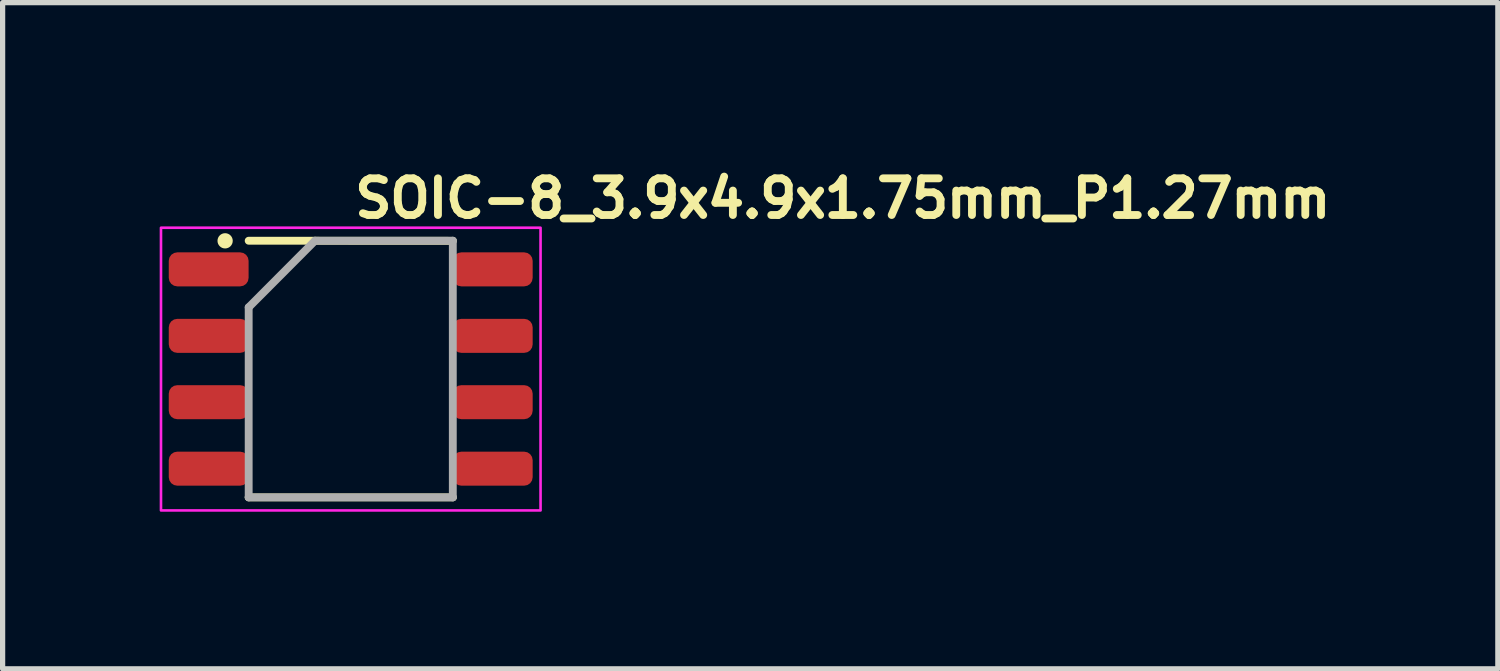
<source format=kicad_pcb>
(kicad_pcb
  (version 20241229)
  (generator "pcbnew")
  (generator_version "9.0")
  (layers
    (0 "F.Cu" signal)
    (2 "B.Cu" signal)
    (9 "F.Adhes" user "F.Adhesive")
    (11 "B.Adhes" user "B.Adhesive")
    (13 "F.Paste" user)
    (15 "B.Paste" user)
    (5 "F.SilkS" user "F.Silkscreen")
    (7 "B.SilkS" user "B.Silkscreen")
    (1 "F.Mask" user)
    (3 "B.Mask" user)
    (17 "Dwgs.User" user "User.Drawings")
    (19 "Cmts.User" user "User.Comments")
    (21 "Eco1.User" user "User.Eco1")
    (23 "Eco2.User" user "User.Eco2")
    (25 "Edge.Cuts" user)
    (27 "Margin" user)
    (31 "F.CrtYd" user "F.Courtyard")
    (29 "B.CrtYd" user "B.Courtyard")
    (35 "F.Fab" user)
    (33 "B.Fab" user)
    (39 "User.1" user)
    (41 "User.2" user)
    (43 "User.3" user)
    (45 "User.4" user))
  (footprint "SOIC-8_3.9x4.9x1.75mm_P1.27mm"
    (layer "F.Cu")
    (at 3.65 4)
    (property "Reference" "SOIC-8_3.9x4.9x1.75mm_P1.27mm" (at 0 -2.85 0) (layer "F.SilkS") (effects (font (size 0.7 0.7) (thickness 0.15)) (justify left bottom)))
    (attr smd)
    (fp_line (start -1.95 -2.452) (end 1.95 -2.45) (stroke (width 0.15) (type solid)) (layer "F.SilkS"))
    (fp_line (start -1.95 2.45) (end 1.95 2.45) (stroke (width 0.15) (type solid)) (layer "F.SilkS"))
    (fp_circle (center -2.4 -2.45) (end -2.35 -2.4) (stroke (width 0.15) (type solid)) (fill yes) (layer "F.SilkS"))
    (fp_rect (start -3.625 -2.7) (end 3.625 2.7) (stroke (width 0.05) (type solid)) (fill no) (layer "F.CrtYd"))
    (fp_line (start -1.95 -1.18) (end -0.683 -2.452) (stroke (width 0.15) (type solid)) (layer "F.Fab"))
    (fp_line (start -1.95 2.45) (end -1.95 -1.18) (stroke (width 0.15) (type solid)) (layer "F.Fab"))
    (fp_line (start -0.683 -2.452) (end 1.949 -2.452) (stroke (width 0.15) (type solid)) (layer "F.Fab"))
    (fp_line (start 1.949 -2.452) (end 1.949 2.45) (stroke (width 0.15) (type solid)) (layer "F.Fab"))
    (fp_line (start 1.949 2.45) (end -1.95 2.45) (stroke (width 0.15) (type solid)) (layer "F.Fab"))
    (fp_rect (start -3 -2.452) (end 2.999 2.45) (stroke (width 0.1) (type solid)) (fill no) (layer "User.5"))
    (fp_line (start -3 -2.11) (end -2.753 -2.11) (stroke (width 0.02) (type solid)) (layer "User.9"))
    (fp_line (start -3 -1.7) (end -3 -2.11) (stroke (width 0.02) (type solid)) (layer "User.9"))
    (fp_line (start -3 -1.7) (end -2.753 -1.7) (stroke (width 0.02) (type solid)) (layer "User.9"))
    (fp_line (start -3 -0.84) (end -2.753 -0.84) (stroke (width 0.02) (type solid)) (layer "User.9"))
    (fp_line (start -3 -0.43) (end -3 -0.84) (stroke (width 0.02) (type solid)) (layer "User.9"))
    (fp_line (start -3 -0.43) (end -2.753 -0.43) (stroke (width 0.02) (type solid)) (layer "User.9"))
    (fp_line (start -3 0.428) (end -2.753 0.428) (stroke (width 0.02) (type solid)) (layer "User.9"))
    (fp_line (start -3 0.838) (end -3 0.428) (stroke (width 0.02) (type solid)) (layer "User.9"))
    (fp_line (start -3 0.838) (end -2.753 0.838) (stroke (width 0.02) (type solid)) (layer "User.9"))
    (fp_line (start -3 1.699) (end -2.753 1.699) (stroke (width 0.02) (type solid)) (layer "User.9"))
    (fp_line (start -3 2.108) (end -3 1.699) (stroke (width 0.02) (type solid)) (layer "User.9"))
    (fp_line (start -3 2.108) (end -2.753 2.108) (stroke (width 0.02) (type solid)) (layer "User.9"))
    (fp_line (start -2.753 -2.11) (end -2.672 -2.11) (stroke (width 0.02) (type solid)) (layer "User.9"))
    (fp_line (start -2.753 -1.7) (end -2.672 -1.7) (stroke (width 0.02) (type solid)) (layer "User.9"))
    (fp_line (start -2.753 -0.84) (end -2.672 -0.84) (stroke (width 0.02) (type solid)) (layer "User.9"))
    (fp_line (start -2.753 -0.43) (end -2.672 -0.43) (stroke (width 0.02) (type solid)) (layer "User.9"))
    (fp_line (start -2.753 0.428) (end -2.672 0.428) (stroke (width 0.02) (type solid)) (layer "User.9"))
    (fp_line (start -2.753 0.838) (end -2.672 0.838) (stroke (width 0.02) (type solid)) (layer "User.9"))
    (fp_line (start -2.753 1.699) (end -2.672 1.699) (stroke (width 0.02) (type solid)) (layer "User.9"))
    (fp_line (start -2.753 2.108) (end -2.672 2.108) (stroke (width 0.02) (type solid)) (layer "User.9"))
    (fp_line (start -2.672 -2.11) (end -2.145 -2.11) (stroke (width 0.02) (type solid)) (layer "User.9"))
    (fp_line (start -2.672 -1.7) (end -2.145 -1.7) (stroke (width 0.02) (type solid)) (layer "User.9"))
    (fp_line (start -2.672 -0.84) (end -2.145 -0.84) (stroke (width 0.02) (type solid)) (layer "User.9"))
    (fp_line (start -2.672 -0.43) (end -2.145 -0.43) (stroke (width 0.02) (type solid)) (layer "User.9"))
    (fp_line (start -2.672 0.428) (end -2.145 0.428) (stroke (width 0.02) (type solid)) (layer "User.9"))
    (fp_line (start -2.672 0.838) (end -2.145 0.838) (stroke (width 0.02) (type solid)) (layer "User.9"))
    (fp_line (start -2.672 1.699) (end -2.145 1.699) (stroke (width 0.02) (type solid)) (layer "User.9"))
    (fp_line (start -2.672 2.108) (end -2.145 2.108) (stroke (width 0.02) (type solid)) (layer "User.9"))
    (fp_line (start -2.145 -2.11) (end -2.064 -2.11) (stroke (width 0.02) (type solid)) (layer "User.9"))
    (fp_line (start -2.145 -1.7) (end -2.064 -1.7) (stroke (width 0.02) (type solid)) (layer "User.9"))
    (fp_line (start -2.145 -0.84) (end -2.064 -0.84) (stroke (width 0.02) (type solid)) (layer "User.9"))
    (fp_line (start -2.145 -0.43) (end -2.064 -0.43) (stroke (width 0.02) (type solid)) (layer "User.9"))
    (fp_line (start -2.145 0.428) (end -2.064 0.428) (stroke (width 0.02) (type solid)) (layer "User.9"))
    (fp_line (start -2.145 0.838) (end -2.064 0.838) (stroke (width 0.02) (type solid)) (layer "User.9"))
    (fp_line (start -2.145 1.699) (end -2.064 1.699) (stroke (width 0.02) (type solid)) (layer "User.9"))
    (fp_line (start -2.145 2.108) (end -2.064 2.108) (stroke (width 0.02) (type solid)) (layer "User.9"))
    (fp_line (start -2.064 -2.11) (end -1.95 -2.11) (stroke (width 0.02) (type solid)) (layer "User.9"))
    (fp_line (start -2.064 -1.7) (end -1.95 -1.7) (stroke (width 0.02) (type solid)) (layer "User.9"))
    (fp_line (start -2.064 -0.84) (end -1.95 -0.84) (stroke (width 0.02) (type solid)) (layer "User.9"))
    (fp_line (start -2.064 -0.43) (end -1.95 -0.43) (stroke (width 0.02) (type solid)) (layer "User.9"))
    (fp_line (start -2.064 0.428) (end -1.95 0.428) (stroke (width 0.02) (type solid)) (layer "User.9"))
    (fp_line (start -2.064 0.838) (end -1.95 0.838) (stroke (width 0.02) (type solid)) (layer "User.9"))
    (fp_line (start -2.064 1.699) (end -1.95 1.699) (stroke (width 0.02) (type solid)) (layer "User.9"))
    (fp_line (start -2.064 2.108) (end -1.95 2.108) (stroke (width 0.02) (type solid)) (layer "User.9"))
    (fp_line (start -1.95 -2.452) (end 1.949 -2.452) (stroke (width 0.02) (type solid)) (layer "User.9"))
    (fp_line (start -1.95 -1.7) (end -1.95 -2.11) (stroke (width 0.02) (type solid)) (layer "User.9"))
    (fp_line (start -1.95 -0.43) (end -1.95 -0.84) (stroke (width 0.02) (type solid)) (layer "User.9"))
    (fp_line (start -1.95 0.838) (end -1.95 0.428) (stroke (width 0.02) (type solid)) (layer "User.9"))
    (fp_line (start -1.95 2.108) (end -1.95 1.699) (stroke (width 0.02) (type solid)) (layer "User.9"))
    (fp_line (start -1.95 2.45) (end -1.95 -2.452) (stroke (width 0.02) (type solid)) (layer "User.9"))
    (fp_line (start -1.95 2.45) (end 1.949 2.45) (stroke (width 0.02) (type solid)) (layer "User.9"))
    (fp_line (start -1.559 -1.841) (end -1.559 -1.829) (stroke (width 0.02) (type solid)) (layer "User.9"))
    (fp_line (start -1.559 -1.829) (end -1.559 -1.815) (stroke (width 0.02) (type solid)) (layer "User.9"))
    (fp_line (start -1.559 -1.815) (end -1.559 -1.815) (stroke (width 0.02) (type solid)) (layer "User.9"))
    (fp_line (start -1.559 -1.815) (end -1.559 -1.803) (stroke (width 0.02) (type solid)) (layer "User.9"))
    (fp_line (start -1.559 -1.803) (end -1.559 -1.792) (stroke (width 0.02) (type solid)) (layer "User.9"))
    (fp_line (start -1.559 -1.792) (end -1.557 -1.778) (stroke (width 0.02) (type solid)) (layer "User.9"))
    (fp_line (start -1.557 -1.853) (end -1.559 -1.841) (stroke (width 0.02) (type solid)) (layer "User.9"))
    (fp_line (start -1.557 -1.778) (end -1.555 -1.766) (stroke (width 0.02) (type solid)) (layer "User.9"))
    (fp_line (start -1.555 -1.865) (end -1.557 -1.853) (stroke (width 0.02) (type solid)) (layer "User.9"))
    (fp_line (start -1.555 -1.766) (end -1.553 -1.756) (stroke (width 0.02) (type solid)) (layer "User.9"))
    (fp_line (start -1.553 -1.877) (end -1.555 -1.865) (stroke (width 0.02) (type solid)) (layer "User.9"))
    (fp_line (start -1.553 -1.756) (end -1.549 -1.744) (stroke (width 0.02) (type solid)) (layer "User.9"))
    (fp_line (start -1.549 -1.889) (end -1.553 -1.877) (stroke (width 0.02) (type solid)) (layer "User.9"))
    (fp_line (start -1.549 -1.744) (end -1.545 -1.732) (stroke (width 0.02) (type solid)) (layer "User.9"))
    (fp_line (start -1.545 -1.899) (end -1.549 -1.889) (stroke (width 0.02) (type solid)) (layer "User.9"))
    (fp_line (start -1.545 -1.732) (end -1.541 -1.722) (stroke (width 0.02) (type solid)) (layer "User.9"))
    (fp_line (start -1.541 -1.911) (end -1.545 -1.899) (stroke (width 0.02) (type solid)) (layer "User.9"))
    (fp_line (start -1.541 -1.722) (end -1.536 -1.71) (stroke (width 0.02) (type solid)) (layer "User.9"))
    (fp_line (start -1.536 -1.922) (end -1.541 -1.911) (stroke (width 0.02) (type solid)) (layer "User.9"))
    (fp_line (start -1.536 -1.71) (end -1.53 -1.7) (stroke (width 0.02) (type solid)) (layer "User.9"))
    (fp_line (start -1.53 -1.932) (end -1.536 -1.922) (stroke (width 0.02) (type solid)) (layer "User.9"))
    (fp_line (start -1.53 -1.7) (end -1.524 -1.69) (stroke (width 0.02) (type solid)) (layer "User.9"))
    (fp_line (start -1.524 -1.942) (end -1.53 -1.932) (stroke (width 0.02) (type solid)) (layer "User.9"))
    (fp_line (start -1.524 -1.69) (end -1.518 -1.68) (stroke (width 0.02) (type solid)) (layer "User.9"))
    (fp_line (start -1.518 -1.952) (end -1.524 -1.942) (stroke (width 0.02) (type solid)) (layer "User.9"))
    (fp_line (start -1.518 -1.68) (end -1.512 -1.67) (stroke (width 0.02) (type solid)) (layer "User.9"))
    (fp_line (start -1.512 -1.962) (end -1.518 -1.952) (stroke (width 0.02) (type solid)) (layer "User.9"))
    (fp_line (start -1.512 -1.67) (end -1.504 -1.661) (stroke (width 0.02) (type solid)) (layer "User.9"))
    (fp_line (start -1.504 -1.972) (end -1.512 -1.962) (stroke (width 0.02) (type solid)) (layer "User.9"))
    (fp_line (start -1.504 -1.661) (end -1.496 -1.653) (stroke (width 0.02) (type solid)) (layer "User.9"))
    (fp_line (start -1.496 -1.98) (end -1.504 -1.972) (stroke (width 0.02) (type solid)) (layer "User.9"))
    (fp_line (start -1.496 -1.653) (end -1.488 -1.643) (stroke (width 0.02) (type solid)) (layer "User.9"))
    (fp_line (start -1.488 -1.988) (end -1.496 -1.98) (stroke (width 0.02) (type solid)) (layer "User.9"))
    (fp_line (start -1.488 -1.643) (end -1.48 -1.635) (stroke (width 0.02) (type solid)) (layer "User.9"))
    (fp_line (start -1.48 -1.996) (end -1.488 -1.988) (stroke (width 0.02) (type solid)) (layer "User.9"))
    (fp_line (start -1.48 -1.635) (end -1.472 -1.627) (stroke (width 0.02) (type solid)) (layer "User.9"))
    (fp_line (start -1.472 -2.004) (end -1.48 -1.996) (stroke (width 0.02) (type solid)) (layer "User.9"))
    (fp_line (start -1.472 -1.627) (end -1.462 -1.621) (stroke (width 0.02) (type solid)) (layer "User.9"))
    (fp_line (start -1.462 -2.012) (end -1.472 -2.004) (stroke (width 0.02) (type solid)) (layer "User.9"))
    (fp_line (start -1.462 -1.621) (end -1.452 -1.613) (stroke (width 0.02) (type solid)) (layer "User.9"))
    (fp_line (start -1.452 -2.019) (end -1.462 -2.012) (stroke (width 0.02) (type solid)) (layer "User.9"))
    (fp_line (start -1.452 -1.613) (end -1.442 -1.607) (stroke (width 0.02) (type solid)) (layer "User.9"))
    (fp_line (start -1.442 -2.024) (end -1.452 -2.019) (stroke (width 0.02) (type solid)) (layer "User.9"))
    (fp_line (start -1.442 -1.607) (end -1.432 -1.601) (stroke (width 0.02) (type solid)) (layer "User.9"))
    (fp_line (start -1.432 -2.031) (end -1.442 -2.024) (stroke (width 0.02) (type solid)) (layer "User.9"))
    (fp_line (start -1.432 -1.601) (end -1.422 -1.597) (stroke (width 0.02) (type solid)) (layer "User.9"))
    (fp_line (start -1.422 -2.036) (end -1.432 -2.031) (stroke (width 0.02) (type solid)) (layer "User.9"))
    (fp_line (start -1.422 -1.597) (end -1.41 -1.591) (stroke (width 0.02) (type solid)) (layer "User.9"))
    (fp_line (start -1.41 -2.04) (end -1.422 -2.036) (stroke (width 0.02) (type solid)) (layer "User.9"))
    (fp_line (start -1.41 -1.591) (end -1.399 -1.587) (stroke (width 0.02) (type solid)) (layer "User.9"))
    (fp_line (start -1.399 -2.044) (end -1.41 -2.04) (stroke (width 0.02) (type solid)) (layer "User.9"))
    (fp_line (start -1.399 -1.587) (end -1.389 -1.583) (stroke (width 0.02) (type solid)) (layer "User.9"))
    (fp_line (start -1.389 -2.048) (end -1.399 -2.044) (stroke (width 0.02) (type solid)) (layer "User.9"))
    (fp_line (start -1.389 -1.583) (end -1.377 -1.579) (stroke (width 0.02) (type solid)) (layer "User.9"))
    (fp_line (start -1.377 -2.053) (end -1.389 -2.048) (stroke (width 0.02) (type solid)) (layer "User.9"))
    (fp_line (start -1.377 -1.579) (end -1.365 -1.577) (stroke (width 0.02) (type solid)) (layer "User.9"))
    (fp_line (start -1.365 -2.054) (end -1.377 -2.053) (stroke (width 0.02) (type solid)) (layer "User.9"))
    (fp_line (start -1.365 -1.577) (end -1.353 -1.575) (stroke (width 0.02) (type solid)) (layer "User.9"))
    (fp_line (start -1.353 -2.057) (end -1.365 -2.054) (stroke (width 0.02) (type solid)) (layer "User.9"))
    (fp_line (start -1.353 -1.575) (end -1.341 -1.573) (stroke (width 0.02) (type solid)) (layer "User.9"))
    (fp_line (start -1.341 -2.058) (end -1.353 -2.057) (stroke (width 0.02) (type solid)) (layer "User.9"))
    (fp_line (start -1.341 -1.573) (end -1.329 -1.573) (stroke (width 0.02) (type solid)) (layer "User.9"))
    (fp_line (start -1.329 -2.06) (end -1.341 -2.058) (stroke (width 0.02) (type solid)) (layer "User.9"))
    (fp_line (start -1.329 -1.573) (end -1.315 -1.573) (stroke (width 0.02) (type solid)) (layer "User.9"))
    (fp_line (start -1.315 -2.06) (end -1.329 -2.06) (stroke (width 0.02) (type solid)) (layer "User.9"))
    (fp_line (start -1.315 -2.06) (end -1.315 -2.06) (stroke (width 0.02) (type solid)) (layer "User.9"))
    (fp_line (start -1.315 -1.573) (end -1.315 -1.573) (stroke (width 0.02) (type solid)) (layer "User.9"))
    (fp_line (start -1.315 -1.573) (end -1.303 -1.573) (stroke (width 0.02) (type solid)) (layer "User.9"))
    (fp_line (start -1.303 -2.06) (end -1.315 -2.06) (stroke (width 0.02) (type solid)) (layer "User.9"))
    (fp_line (start -1.303 -1.573) (end -1.291 -1.573) (stroke (width 0.02) (type solid)) (layer "User.9"))
    (fp_line (start -1.291 -2.058) (end -1.303 -2.06) (stroke (width 0.02) (type solid)) (layer "User.9"))
    (fp_line (start -1.291 -1.573) (end -1.278 -1.575) (stroke (width 0.02) (type solid)) (layer "User.9"))
    (fp_line (start -1.278 -2.057) (end -1.291 -2.058) (stroke (width 0.02) (type solid)) (layer "User.9"))
    (fp_line (start -1.278 -1.575) (end -1.266 -1.577) (stroke (width 0.02) (type solid)) (layer "User.9"))
    (fp_line (start -1.266 -2.054) (end -1.278 -2.057) (stroke (width 0.02) (type solid)) (layer "User.9"))
    (fp_line (start -1.266 -1.577) (end -1.256 -1.579) (stroke (width 0.02) (type solid)) (layer "User.9"))
    (fp_line (start -1.256 -2.053) (end -1.266 -2.054) (stroke (width 0.02) (type solid)) (layer "User.9"))
    (fp_line (start -1.256 -1.579) (end -1.244 -1.583) (stroke (width 0.02) (type solid)) (layer "User.9"))
    (fp_line (start -1.244 -2.048) (end -1.256 -2.053) (stroke (width 0.02) (type solid)) (layer "User.9"))
    (fp_line (start -1.244 -1.583) (end -1.232 -1.587) (stroke (width 0.02) (type solid)) (layer "User.9"))
    (fp_line (start -1.232 -2.044) (end -1.244 -2.048) (stroke (width 0.02) (type solid)) (layer "User.9"))
    (fp_line (start -1.232 -1.587) (end -1.222 -1.591) (stroke (width 0.02) (type solid)) (layer "User.9"))
    (fp_line (start -1.222 -2.04) (end -1.232 -2.044) (stroke (width 0.02) (type solid)) (layer "User.9"))
    (fp_line (start -1.222 -1.591) (end -1.21 -1.597) (stroke (width 0.02) (type solid)) (layer "User.9"))
    (fp_line (start -1.21 -2.036) (end -1.222 -2.04) (stroke (width 0.02) (type solid)) (layer "User.9"))
    (fp_line (start -1.21 -1.597) (end -1.2 -1.601) (stroke (width 0.02) (type solid)) (layer "User.9"))
    (fp_line (start -1.2 -2.031) (end -1.21 -2.036) (stroke (width 0.02) (type solid)) (layer "User.9"))
    (fp_line (start -1.2 -1.601) (end -1.19 -1.607) (stroke (width 0.02) (type solid)) (layer "User.9"))
    (fp_line (start -1.19 -2.024) (end -1.2 -2.031) (stroke (width 0.02) (type solid)) (layer "User.9"))
    (fp_line (start -1.19 -1.607) (end -1.18 -1.613) (stroke (width 0.02) (type solid)) (layer "User.9"))
    (fp_line (start -1.18 -2.019) (end -1.19 -2.024) (stroke (width 0.02) (type solid)) (layer "User.9"))
    (fp_line (start -1.18 -1.613) (end -1.17 -1.621) (stroke (width 0.02) (type solid)) (layer "User.9"))
    (fp_line (start -1.17 -2.012) (end -1.18 -2.019) (stroke (width 0.02) (type solid)) (layer "User.9"))
    (fp_line (start -1.17 -1.621) (end -1.16 -1.627) (stroke (width 0.02) (type solid)) (layer "User.9"))
    (fp_line (start -1.16 -2.004) (end -1.17 -2.012) (stroke (width 0.02) (type solid)) (layer "User.9"))
    (fp_line (start -1.16 -1.627) (end -1.153 -1.635) (stroke (width 0.02) (type solid)) (layer "User.9"))
    (fp_line (start -1.153 -1.996) (end -1.16 -2.004) (stroke (width 0.02) (type solid)) (layer "User.9"))
    (fp_line (start -1.153 -1.635) (end -1.143 -1.643) (stroke (width 0.02) (type solid)) (layer "User.9"))
    (fp_line (start -1.143 -1.988) (end -1.153 -1.996) (stroke (width 0.02) (type solid)) (layer "User.9"))
    (fp_line (start -1.143 -1.643) (end -1.135 -1.653) (stroke (width 0.02) (type solid)) (layer "User.9"))
    (fp_line (start -1.135 -1.98) (end -1.143 -1.988) (stroke (width 0.02) (type solid)) (layer "User.9"))
    (fp_line (start -1.135 -1.653) (end -1.127 -1.661) (stroke (width 0.02) (type solid)) (layer "User.9"))
    (fp_line (start -1.127 -1.972) (end -1.135 -1.98) (stroke (width 0.02) (type solid)) (layer "User.9"))
    (fp_line (start -1.127 -1.661) (end -1.121 -1.67) (stroke (width 0.02) (type solid)) (layer "User.9"))
    (fp_line (start -1.121 -1.962) (end -1.127 -1.972) (stroke (width 0.02) (type solid)) (layer "User.9"))
    (fp_line (start -1.121 -1.67) (end -1.113 -1.68) (stroke (width 0.02) (type solid)) (layer "User.9"))
    (fp_line (start -1.113 -1.952) (end -1.121 -1.962) (stroke (width 0.02) (type solid)) (layer "User.9"))
    (fp_line (start -1.113 -1.68) (end -1.107 -1.69) (stroke (width 0.02) (type solid)) (layer "User.9"))
    (fp_line (start -1.107 -1.942) (end -1.113 -1.952) (stroke (width 0.02) (type solid)) (layer "User.9"))
    (fp_line (start -1.107 -1.69) (end -1.101 -1.7) (stroke (width 0.02) (type solid)) (layer "User.9"))
    (fp_line (start -1.101 -1.932) (end -1.107 -1.942) (stroke (width 0.02) (type solid)) (layer "User.9"))
    (fp_line (start -1.101 -1.7) (end -1.097 -1.71) (stroke (width 0.02) (type solid)) (layer "User.9"))
    (fp_line (start -1.097 -1.922) (end -1.101 -1.932) (stroke (width 0.02) (type solid)) (layer "User.9"))
    (fp_line (start -1.097 -1.71) (end -1.091 -1.722) (stroke (width 0.02) (type solid)) (layer "User.9"))
    (fp_line (start -1.091 -1.911) (end -1.097 -1.922) (stroke (width 0.02) (type solid)) (layer "User.9"))
    (fp_line (start -1.091 -1.722) (end -1.087 -1.732) (stroke (width 0.02) (type solid)) (layer "User.9"))
    (fp_line (start -1.087 -1.899) (end -1.091 -1.911) (stroke (width 0.02) (type solid)) (layer "User.9"))
    (fp_line (start -1.087 -1.732) (end -1.083 -1.744) (stroke (width 0.02) (type solid)) (layer "User.9"))
    (fp_line (start -1.083 -1.889) (end -1.087 -1.899) (stroke (width 0.02) (type solid)) (layer "User.9"))
    (fp_line (start -1.083 -1.744) (end -1.079 -1.756) (stroke (width 0.02) (type solid)) (layer "User.9"))
    (fp_line (start -1.079 -1.877) (end -1.083 -1.889) (stroke (width 0.02) (type solid)) (layer "User.9"))
    (fp_line (start -1.079 -1.756) (end -1.077 -1.766) (stroke (width 0.02) (type solid)) (layer "User.9"))
    (fp_line (start -1.077 -1.865) (end -1.079 -1.877) (stroke (width 0.02) (type solid)) (layer "User.9"))
    (fp_line (start -1.077 -1.766) (end -1.075 -1.778) (stroke (width 0.02) (type solid)) (layer "User.9"))
    (fp_line (start -1.075 -1.853) (end -1.077 -1.865) (stroke (width 0.02) (type solid)) (layer "User.9"))
    (fp_line (start -1.075 -1.778) (end -1.073 -1.792) (stroke (width 0.02) (type solid)) (layer "User.9"))
    (fp_line (start -1.073 -1.841) (end -1.075 -1.853) (stroke (width 0.02) (type solid)) (layer "User.9"))
    (fp_line (start -1.073 -1.829) (end -1.073 -1.841) (stroke (width 0.02) (type solid)) (layer "User.9"))
    (fp_line (start -1.073 -1.815) (end -1.073 -1.829) (stroke (width 0.02) (type solid)) (layer "User.9"))
    (fp_line (start -1.073 -1.815) (end -1.073 -1.815) (stroke (width 0.02) (type solid)) (layer "User.9"))
    (fp_line (start -1.073 -1.815) (end -1.073 -1.815) (stroke (width 0.02) (type solid)) (layer "User.9"))
    (fp_line (start -1.073 -1.803) (end -1.073 -1.815) (stroke (width 0.02) (type solid)) (layer "User.9"))
    (fp_line (start -1.073 -1.792) (end -1.073 -1.803) (stroke (width 0.02) (type solid)) (layer "User.9"))
    (fp_line (start 1.949 -2.11) (end 2.061 -2.11) (stroke (width 0.02) (type solid)) (layer "User.9"))
    (fp_line (start 1.949 -1.7) (end 1.949 -2.11) (stroke (width 0.02) (type solid)) (layer "User.9"))
    (fp_line (start 1.949 -1.7) (end 2.061 -1.7) (stroke (width 0.02) (type solid)) (layer "User.9"))
    (fp_line (start 1.949 -0.84) (end 2.061 -0.84) (stroke (width 0.02) (type solid)) (layer "User.9"))
    (fp_line (start 1.949 -0.43) (end 1.949 -0.84) (stroke (width 0.02) (type solid)) (layer "User.9"))
    (fp_line (start 1.949 -0.43) (end 2.061 -0.43) (stroke (width 0.02) (type solid)) (layer "User.9"))
    (fp_line (start 1.949 0.428) (end 2.061 0.428) (stroke (width 0.02) (type solid)) (layer "User.9"))
    (fp_line (start 1.949 0.838) (end 1.949 0.428) (stroke (width 0.02) (type solid)) (layer "User.9"))
    (fp_line (start 1.949 0.838) (end 2.061 0.838) (stroke (width 0.02) (type solid)) (layer "User.9"))
    (fp_line (start 1.949 1.699) (end 2.061 1.699) (stroke (width 0.02) (type solid)) (layer "User.9"))
    (fp_line (start 1.949 2.108) (end 1.949 1.699) (stroke (width 0.02) (type solid)) (layer "User.9"))
    (fp_line (start 1.949 2.108) (end 2.061 2.108) (stroke (width 0.02) (type solid)) (layer "User.9"))
    (fp_line (start 1.949 2.45) (end 1.949 -2.452) (stroke (width 0.02) (type solid)) (layer "User.9"))
    (fp_line (start 2.143 -2.11) (end 2.061 -2.11) (stroke (width 0.02) (type solid)) (layer "User.9"))
    (fp_line (start 2.143 -1.7) (end 2.061 -1.7) (stroke (width 0.02) (type solid)) (layer "User.9"))
    (fp_line (start 2.143 -0.84) (end 2.061 -0.84) (stroke (width 0.02) (type solid)) (layer "User.9"))
    (fp_line (start 2.143 -0.43) (end 2.061 -0.43) (stroke (width 0.02) (type solid)) (layer "User.9"))
    (fp_line (start 2.143 0.428) (end 2.061 0.428) (stroke (width 0.02) (type solid)) (layer "User.9"))
    (fp_line (start 2.143 0.838) (end 2.061 0.838) (stroke (width 0.02) (type solid)) (layer "User.9"))
    (fp_line (start 2.143 1.699) (end 2.061 1.699) (stroke (width 0.02) (type solid)) (layer "User.9"))
    (fp_line (start 2.143 2.108) (end 2.061 2.108) (stroke (width 0.02) (type solid)) (layer "User.9"))
    (fp_line (start 2.669 -2.11) (end 2.143 -2.11) (stroke (width 0.02) (type solid)) (layer "User.9"))
    (fp_line (start 2.669 -1.7) (end 2.143 -1.7) (stroke (width 0.02) (type solid)) (layer "User.9"))
    (fp_line (start 2.669 -0.84) (end 2.143 -0.84) (stroke (width 0.02) (type solid)) (layer "User.9"))
    (fp_line (start 2.669 -0.43) (end 2.143 -0.43) (stroke (width 0.02) (type solid)) (layer "User.9"))
    (fp_line (start 2.669 0.428) (end 2.143 0.428) (stroke (width 0.02) (type solid)) (layer "User.9"))
    (fp_line (start 2.669 0.838) (end 2.143 0.838) (stroke (width 0.02) (type solid)) (layer "User.9"))
    (fp_line (start 2.669 1.699) (end 2.143 1.699) (stroke (width 0.02) (type solid)) (layer "User.9"))
    (fp_line (start 2.669 2.108) (end 2.143 2.108) (stroke (width 0.02) (type solid)) (layer "User.9"))
    (fp_line (start 2.75 -2.11) (end 2.669 -2.11) (stroke (width 0.02) (type solid)) (layer "User.9"))
    (fp_line (start 2.75 -2.11) (end 2.999 -2.11) (stroke (width 0.02) (type solid)) (layer "User.9"))
    (fp_line (start 2.75 -1.7) (end 2.669 -1.7) (stroke (width 0.02) (type solid)) (layer "User.9"))
    (fp_line (start 2.75 -1.7) (end 2.999 -1.7) (stroke (width 0.02) (type solid)) (layer "User.9"))
    (fp_line (start 2.75 -0.84) (end 2.669 -0.84) (stroke (width 0.02) (type solid)) (layer "User.9"))
    (fp_line (start 2.75 -0.84) (end 2.999 -0.84) (stroke (width 0.02) (type solid)) (layer "User.9"))
    (fp_line (start 2.75 -0.43) (end 2.669 -0.43) (stroke (width 0.02) (type solid)) (layer "User.9"))
    (fp_line (start 2.75 -0.43) (end 2.999 -0.43) (stroke (width 0.02) (type solid)) (layer "User.9"))
    (fp_line (start 2.75 0.428) (end 2.669 0.428) (stroke (width 0.02) (type solid)) (layer "User.9"))
    (fp_line (start 2.75 0.428) (end 2.999 0.428) (stroke (width 0.02) (type solid)) (layer "User.9"))
    (fp_line (start 2.75 0.838) (end 2.669 0.838) (stroke (width 0.02) (type solid)) (layer "User.9"))
    (fp_line (start 2.75 0.838) (end 2.999 0.838) (stroke (width 0.02) (type solid)) (layer "User.9"))
    (fp_line (start 2.75 1.699) (end 2.669 1.699) (stroke (width 0.02) (type solid)) (layer "User.9"))
    (fp_line (start 2.75 1.699) (end 2.999 1.699) (stroke (width 0.02) (type solid)) (layer "User.9"))
    (fp_line (start 2.75 2.108) (end 2.669 2.108) (stroke (width 0.02) (type solid)) (layer "User.9"))
    (fp_line (start 2.75 2.108) (end 2.999 2.108) (stroke (width 0.02) (type solid)) (layer "User.9"))
    (fp_line (start 2.999 -1.7) (end 2.999 -2.11) (stroke (width 0.02) (type solid)) (layer "User.9"))
    (fp_line (start 2.999 -0.43) (end 2.999 -0.84) (stroke (width 0.02) (type solid)) (layer "User.9"))
    (fp_line (start 2.999 0.838) (end 2.999 0.428) (stroke (width 0.02) (type solid)) (layer "User.9"))
    (fp_line (start 2.999 2.108) (end 2.999 1.699) (stroke (width 0.02) (type solid)) (layer "User.9"))
    (pad "1" smd roundrect (at -2.714 -1.905 90) (size 0.65 1.525) (layers "F.Cu" "F.Mask" "F.Paste") (roundrect_rratio 0.25))
    (pad "2" smd roundrect (at -2.714 -0.635 90) (size 0.65 1.525) (layers "F.Cu" "F.Mask" "F.Paste") (roundrect_rratio 0.25))
    (pad "3" smd roundrect (at -2.714 0.632 90) (size 0.65 1.525) (layers "F.Cu" "F.Mask" "F.Paste") (roundrect_rratio 0.25))
    (pad "4" smd roundrect (at -2.714 1.902 90) (size 0.65 1.525) (layers "F.Cu" "F.Mask" "F.Paste") (roundrect_rratio 0.25))
    (pad "5" smd roundrect (at 2.712 1.902 90) (size 0.65 1.525) (layers "F.Cu" "F.Mask" "F.Paste") (roundrect_rratio 0.25))
    (pad "6" smd roundrect (at 2.712 0.632 90) (size 0.65 1.525) (layers "F.Cu" "F.Mask" "F.Paste") (roundrect_rratio 0.25))
    (pad "7" smd roundrect (at 2.712 -0.635 90) (size 0.65 1.525) (layers "F.Cu" "F.Mask" "F.Paste") (roundrect_rratio 0.25))
    (pad "8" smd roundrect (at 2.712 -1.905 90) (size 0.65 1.525) (layers "F.Cu" "F.Mask" "F.Paste") (roundrect_rratio 0.25)))
  (gr_rect
    (start -3 -3)
    (end 25.56 9.725)
    (stroke (width 0.1) (type default))
    (fill no)
    (layer "Edge.Cuts")))
</source>
